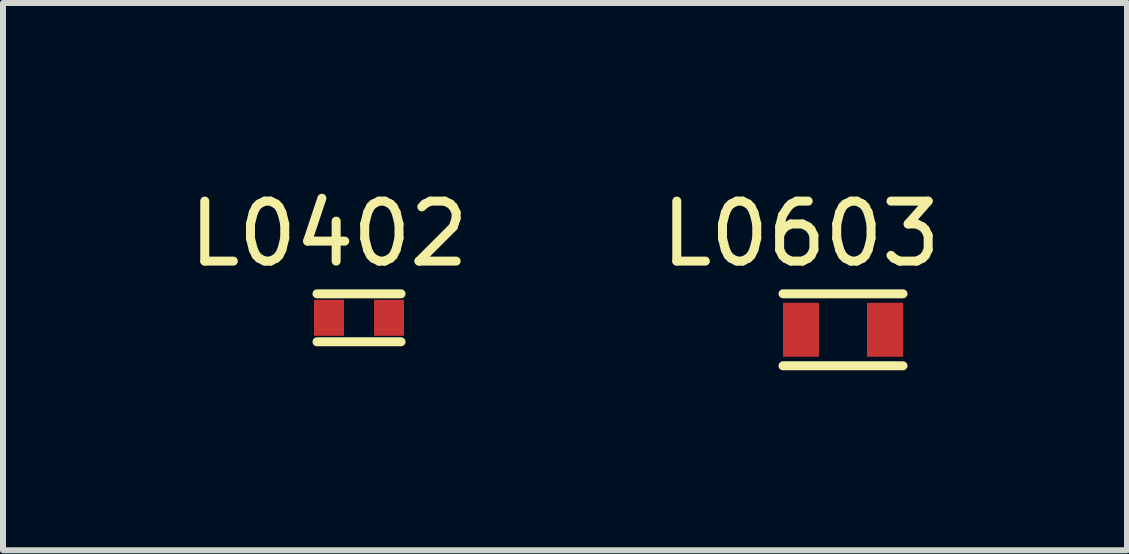
<source format=kicad_pcb>
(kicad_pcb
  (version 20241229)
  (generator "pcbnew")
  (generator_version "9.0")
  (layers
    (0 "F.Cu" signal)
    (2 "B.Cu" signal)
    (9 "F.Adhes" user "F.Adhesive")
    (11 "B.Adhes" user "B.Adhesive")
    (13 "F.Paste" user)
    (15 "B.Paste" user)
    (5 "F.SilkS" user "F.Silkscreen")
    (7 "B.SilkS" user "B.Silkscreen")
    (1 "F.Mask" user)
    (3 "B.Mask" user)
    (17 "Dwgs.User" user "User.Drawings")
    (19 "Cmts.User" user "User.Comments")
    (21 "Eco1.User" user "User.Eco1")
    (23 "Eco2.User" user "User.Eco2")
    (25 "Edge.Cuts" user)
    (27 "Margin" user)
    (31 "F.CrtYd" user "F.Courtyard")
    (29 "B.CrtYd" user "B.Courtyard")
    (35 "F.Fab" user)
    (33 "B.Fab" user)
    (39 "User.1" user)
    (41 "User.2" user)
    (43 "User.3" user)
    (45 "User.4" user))
  (footprint "L0603"
    (layer "F.Cu")
    (at 10.304 2.448)
    (property "Reference" "L0603" (at 0 -1.6 0) (layer "F.SilkS") (effects (font (size 1 1) (thickness 0.15))))
    (attr through_hole)
    (fp_line (start -0.3 -0.6) (end 1.7 -0.6) (stroke (width 0.15) (type solid)) (layer "F.SilkS"))
    (fp_line (start -0.3 0.6) (end 1.7 0.6) (stroke (width 0.15) (type solid)) (layer "F.SilkS"))
    (pad "1" smd rect (at 0 0) (size 0.6 0.9) (layers "F.Cu" "F.Mask" "F.Paste"))
    (pad "2" smd rect (at 1.4 0) (size 0.6 0.9) (layers "F.Cu" "F.Mask" "F.Paste")))
  (footprint "L0402"
    (layer "F.Cu")
    (at 2.435 2.248)
    (property "Reference" "L0402" (at 0 -1.4 0) (layer "F.SilkS") (effects (font (size 1 1) (thickness 0.15))))
    (attr through_hole)
    (fp_line (start -0.2 -0.4) (end 1.2 -0.4) (stroke (width 0.15) (type solid)) (layer "F.SilkS"))
    (fp_line (start -0.2 0.4) (end 1.2 0.4) (stroke (width 0.15) (type solid)) (layer "F.SilkS"))
    (pad "1" smd rect (at 0 0) (size 0.5 0.6) (layers "F.Cu" "F.Mask" "F.Paste"))
    (pad "2" smd rect (at 1 0) (size 0.5 0.6) (layers "F.Cu" "F.Mask" "F.Paste")))
  (gr_rect
    (start -3 -3)
    (end 15.738 6.123)
    (stroke (width 0.1) (type default))
    (fill no)
    (layer "Edge.Cuts")))
</source>
